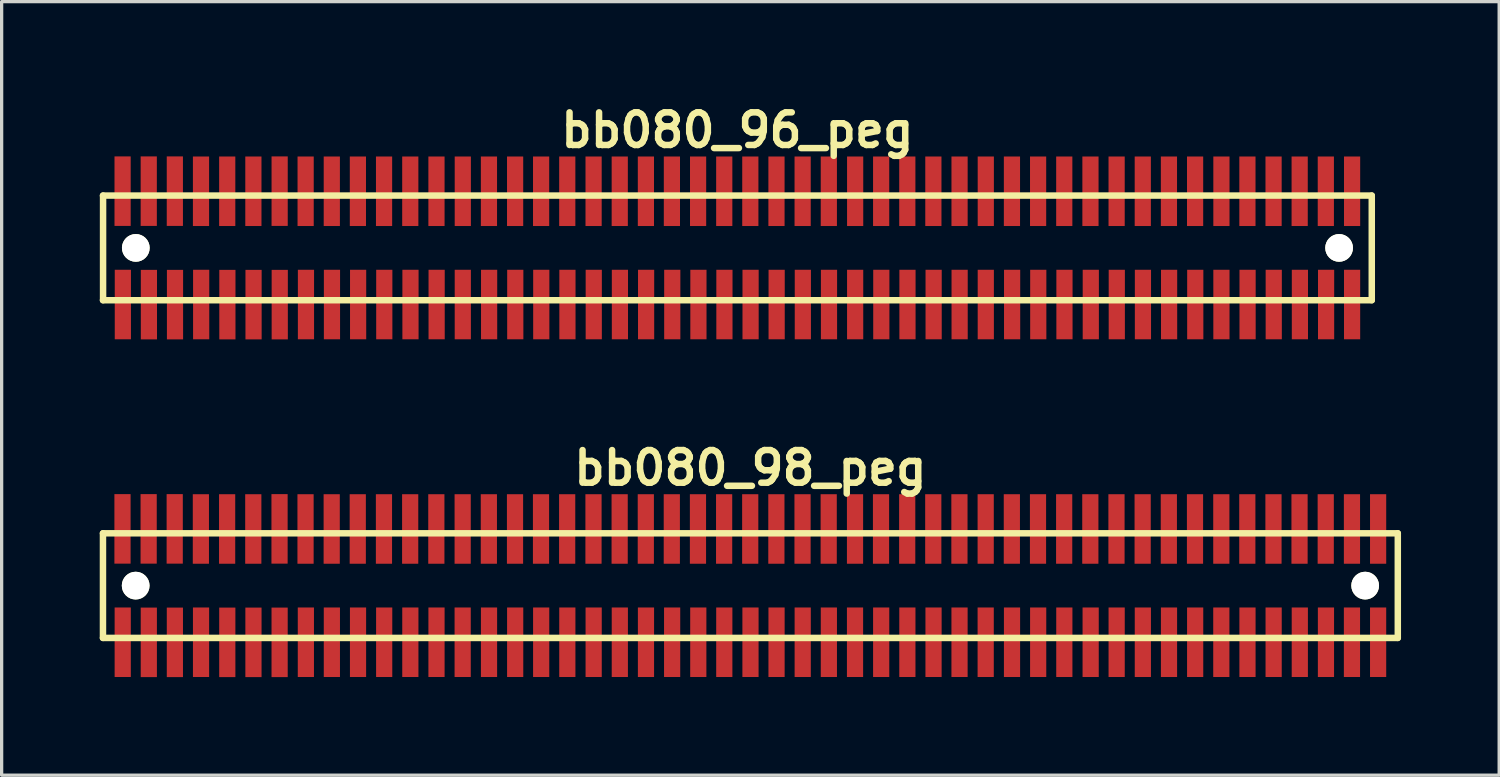
<source format=kicad_pcb>
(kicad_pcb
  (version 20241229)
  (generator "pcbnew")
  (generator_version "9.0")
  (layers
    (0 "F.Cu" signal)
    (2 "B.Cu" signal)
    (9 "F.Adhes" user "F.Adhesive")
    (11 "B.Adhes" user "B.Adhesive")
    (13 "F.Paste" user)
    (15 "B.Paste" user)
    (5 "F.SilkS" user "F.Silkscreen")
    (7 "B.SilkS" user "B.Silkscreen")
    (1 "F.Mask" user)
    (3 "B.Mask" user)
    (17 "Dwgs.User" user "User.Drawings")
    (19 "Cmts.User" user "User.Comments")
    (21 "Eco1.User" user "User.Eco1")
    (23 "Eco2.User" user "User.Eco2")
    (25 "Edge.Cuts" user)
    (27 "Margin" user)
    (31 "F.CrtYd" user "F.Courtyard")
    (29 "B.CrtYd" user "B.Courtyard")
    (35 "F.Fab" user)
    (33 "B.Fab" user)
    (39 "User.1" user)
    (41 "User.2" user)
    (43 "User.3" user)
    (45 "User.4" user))
  (footprint "bb080_96_peg"
    (layer "F.Cu")
    (at 19.5 4.531)
    (property "Reference" "bb080_96_peg" (at 0 -3.599 0) (layer "F.SilkS") (effects (font (size 0.998 0.998) (thickness 0.198))))
    (attr through_hole)
    (fp_line (start -19.401 -1.6) (end 19.401 -1.6) (stroke (width 0.198) (type solid)) (layer "F.SilkS"))
    (fp_line (start -19.398 -1.6) (end -19.398 1.6) (stroke (width 0.198) (type solid)) (layer "F.SilkS"))
    (fp_line (start 19.401 1.6) (end -19.401 1.6) (stroke (width 0.198) (type solid)) (layer "F.SilkS"))
    (fp_line (start 19.401 1.6) (end 19.401 -1.6) (stroke (width 0.198) (type solid)) (layer "F.SilkS"))
    (pad "" np_thru_hole circle (at -18.397 0) (size 0.848 0.848) (drill 0.848) (layers "*.Cu" "*.Mask" "F.SilkS"))
    (pad "" np_thru_hole circle (at 18.402 0) (size 0.848 0.848) (drill 0.848) (layers "*.Cu" "*.Mask" "F.SilkS"))
    (pad "1" smd rect (at -18.793 1.732) (size 0.495 2.126) (layers "F.Cu" "F.Mask" "F.Paste"))
    (pad "2" smd rect (at -18.801 -1.735) (size 0.495 2.126) (layers "F.Cu" "F.Mask" "F.Paste"))
    (pad "3" smd rect (at -17.996 1.735) (size 0.495 2.126) (layers "F.Cu" "F.Mask" "F.Paste"))
    (pad "4" smd rect (at -18.001 -1.735) (size 0.495 2.126) (layers "F.Cu" "F.Mask" "F.Paste"))
    (pad "5" smd rect (at -17.198 1.735) (size 0.495 2.126) (layers "F.Cu" "F.Mask" "F.Paste"))
    (pad "6" smd rect (at -17.203 -1.735) (size 0.495 2.126) (layers "F.Cu" "F.Mask" "F.Paste"))
    (pad "7" smd rect (at -16.398 1.732) (size 0.495 2.126) (layers "F.Cu" "F.Mask" "F.Paste"))
    (pad "8" smd rect (at -16.403 -1.732) (size 0.495 2.126) (layers "F.Cu" "F.Mask" "F.Paste"))
    (pad "9" smd rect (at -15.596 1.735) (size 0.495 2.126) (layers "F.Cu" "F.Mask" "F.Paste"))
    (pad "10" smd rect (at -15.601 -1.732) (size 0.495 2.126) (layers "F.Cu" "F.Mask" "F.Paste"))
    (pad "11" smd rect (at -14.796 1.735) (size 0.495 2.126) (layers "F.Cu" "F.Mask" "F.Paste"))
    (pad "12" smd rect (at -14.801 -1.732) (size 0.495 2.126) (layers "F.Cu" "F.Mask" "F.Paste"))
    (pad "13" smd rect (at -13.995 1.735) (size 0.495 2.126) (layers "F.Cu" "F.Mask" "F.Paste"))
    (pad "14" smd rect (at -13.998 -1.735) (size 0.495 2.126) (layers "F.Cu" "F.Mask" "F.Paste"))
    (pad "15" smd rect (at -13.193 1.732) (size 0.495 2.126) (layers "F.Cu" "F.Mask" "F.Paste"))
    (pad "16" smd rect (at -13.203 -1.732) (size 0.495 2.126) (layers "F.Cu" "F.Mask" "F.Paste"))
    (pad "17" smd rect (at -12.398 1.732) (size 0.495 2.126) (layers "F.Cu" "F.Mask" "F.Paste"))
    (pad "18" smd rect (at -12.403 -1.732) (size 0.495 2.126) (layers "F.Cu" "F.Mask" "F.Paste"))
    (pad "19" smd rect (at -11.598 1.732) (size 0.495 2.126) (layers "F.Cu" "F.Mask" "F.Paste"))
    (pad "20" smd rect (at -11.605 -1.732) (size 0.495 2.126) (layers "F.Cu" "F.Mask" "F.Paste"))
    (pad "21" smd rect (at -10.798 1.732) (size 0.495 2.126) (layers "F.Cu" "F.Mask" "F.Paste"))
    (pad "22" smd rect (at -10.805 -1.732) (size 0.495 2.126) (layers "F.Cu" "F.Mask" "F.Paste"))
    (pad "23" smd rect (at -9.997 1.732) (size 0.495 2.126) (layers "F.Cu" "F.Mask" "F.Paste"))
    (pad "24" smd rect (at -10.003 -1.732) (size 0.495 2.126) (layers "F.Cu" "F.Mask" "F.Paste"))
    (pad "25" smd rect (at -9.197 1.732) (size 0.495 2.126) (layers "F.Cu" "F.Mask" "F.Paste"))
    (pad "26" smd rect (at -9.202 -1.732) (size 0.495 2.126) (layers "F.Cu" "F.Mask" "F.Paste"))
    (pad "27" smd rect (at -8.397 1.732) (size 0.495 2.126) (layers "F.Cu" "F.Mask" "F.Paste"))
    (pad "28" smd rect (at -8.397 -1.732) (size 0.495 2.126) (layers "F.Cu" "F.Mask" "F.Paste"))
    (pad "29" smd rect (at -7.592 1.732) (size 0.495 2.126) (layers "F.Cu" "F.Mask" "F.Paste"))
    (pad "30" smd rect (at -7.597 -1.732) (size 0.495 2.126) (layers "F.Cu" "F.Mask" "F.Paste"))
    (pad "31" smd rect (at -6.792 1.732) (size 0.495 2.126) (layers "F.Cu" "F.Mask" "F.Paste"))
    (pad "32" smd rect (at -6.797 -1.732) (size 0.495 2.126) (layers "F.Cu" "F.Mask" "F.Paste"))
    (pad "33" smd rect (at -5.997 1.732) (size 0.495 2.126) (layers "F.Cu" "F.Mask" "F.Paste"))
    (pad "34" smd rect (at -6.002 -1.732) (size 0.495 2.126) (layers "F.Cu" "F.Mask" "F.Paste"))
    (pad "35" smd rect (at -5.197 1.732) (size 0.495 2.126) (layers "F.Cu" "F.Mask" "F.Paste"))
    (pad "36" smd rect (at -5.202 -1.732) (size 0.495 2.126) (layers "F.Cu" "F.Mask" "F.Paste"))
    (pad "37" smd rect (at -4.392 1.732) (size 0.495 2.126) (layers "F.Cu" "F.Mask" "F.Paste"))
    (pad "38" smd rect (at -4.397 -1.732) (size 0.495 2.126) (layers "F.Cu" "F.Mask" "F.Paste"))
    (pad "39" smd rect (at -3.592 1.732) (size 0.495 2.126) (layers "F.Cu" "F.Mask" "F.Paste"))
    (pad "40" smd rect (at -3.597 -1.732) (size 0.495 2.126) (layers "F.Cu" "F.Mask" "F.Paste"))
    (pad "41" smd rect (at -2.791 1.732) (size 0.495 2.126) (layers "F.Cu" "F.Mask" "F.Paste"))
    (pad "42" smd rect (at -2.797 -1.732) (size 0.495 2.126) (layers "F.Cu" "F.Mask" "F.Paste"))
    (pad "43" smd rect (at -1.991 1.732) (size 0.495 2.126) (layers "F.Cu" "F.Mask" "F.Paste"))
    (pad "44" smd rect (at -2.002 -1.732) (size 0.495 2.126) (layers "F.Cu" "F.Mask" "F.Paste"))
    (pad "45" smd rect (at -1.191 1.732) (size 0.495 2.126) (layers "F.Cu" "F.Mask" "F.Paste"))
    (pad "46" smd rect (at -1.201 -1.732) (size 0.495 2.126) (layers "F.Cu" "F.Mask" "F.Paste"))
    (pad "47" smd rect (at -0.396 1.732) (size 0.495 2.126) (layers "F.Cu" "F.Mask" "F.Paste"))
    (pad "48" smd rect (at -0.401 -1.732) (size 0.495 2.126) (layers "F.Cu" "F.Mask" "F.Paste"))
    (pad "49" smd rect (at 0.404 1.732) (size 0.495 2.126) (layers "F.Cu" "F.Mask" "F.Paste"))
    (pad "50" smd rect (at 0.396 -1.732) (size 0.495 2.126) (layers "F.Cu" "F.Mask" "F.Paste"))
    (pad "51" smd rect (at 1.201 1.732) (size 0.495 2.126) (layers "F.Cu" "F.Mask" "F.Paste"))
    (pad "52" smd rect (at 1.196 -1.732) (size 0.495 2.126) (layers "F.Cu" "F.Mask" "F.Paste"))
    (pad "53" smd rect (at 2.002 1.732) (size 0.495 2.126) (layers "F.Cu" "F.Mask" "F.Paste"))
    (pad "54" smd rect (at 1.996 -1.732) (size 0.495 2.126) (layers "F.Cu" "F.Mask" "F.Paste"))
    (pad "55" smd rect (at 2.802 1.732) (size 0.495 2.126) (layers "F.Cu" "F.Mask" "F.Paste"))
    (pad "56" smd rect (at 2.797 -1.732) (size 0.495 2.126) (layers "F.Cu" "F.Mask" "F.Paste"))
    (pad "57" smd rect (at 3.602 1.732) (size 0.495 2.126) (layers "F.Cu" "F.Mask" "F.Paste"))
    (pad "58" smd rect (at 3.602 -1.732) (size 0.495 2.126) (layers "F.Cu" "F.Mask" "F.Paste"))
    (pad "59" smd rect (at 4.402 1.732) (size 0.495 2.126) (layers "F.Cu" "F.Mask" "F.Paste"))
    (pad "60" smd rect (at 4.397 -1.732) (size 0.495 2.126) (layers "F.Cu" "F.Mask" "F.Paste"))
    (pad "61" smd rect (at 5.202 1.732) (size 0.495 2.126) (layers "F.Cu" "F.Mask" "F.Paste"))
    (pad "62" smd rect (at 5.197 -1.732) (size 0.495 2.126) (layers "F.Cu" "F.Mask" "F.Paste"))
    (pad "63" smd rect (at 6.002 1.732) (size 0.495 2.126) (layers "F.Cu" "F.Mask" "F.Paste"))
    (pad "64" smd rect (at 5.994 -1.732) (size 0.495 2.126) (layers "F.Cu" "F.Mask" "F.Paste"))
    (pad "65" smd rect (at 6.797 1.732) (size 0.495 2.126) (layers "F.Cu" "F.Mask" "F.Paste"))
    (pad "66" smd rect (at 6.795 -1.732) (size 0.495 2.126) (layers "F.Cu" "F.Mask" "F.Paste"))
    (pad "67" smd rect (at 7.597 1.732) (size 0.495 2.126) (layers "F.Cu" "F.Mask" "F.Paste"))
    (pad "68" smd rect (at 7.597 -1.732) (size 0.495 2.126) (layers "F.Cu" "F.Mask" "F.Paste"))
    (pad "69" smd rect (at 8.402 1.732) (size 0.495 2.126) (layers "F.Cu" "F.Mask" "F.Paste"))
    (pad "70" smd rect (at 8.397 -1.732) (size 0.495 2.126) (layers "F.Cu" "F.Mask" "F.Paste"))
    (pad "71" smd rect (at 9.202 1.732) (size 0.495 2.126) (layers "F.Cu" "F.Mask" "F.Paste"))
    (pad "72" smd rect (at 9.197 -1.732) (size 0.495 2.126) (layers "F.Cu" "F.Mask" "F.Paste"))
    (pad "73" smd rect (at 10.003 1.732) (size 0.495 2.126) (layers "F.Cu" "F.Mask" "F.Paste"))
    (pad "74" smd rect (at 9.997 -1.732) (size 0.495 2.126) (layers "F.Cu" "F.Mask" "F.Paste"))
    (pad "75" smd rect (at 10.808 1.732) (size 0.495 2.126) (layers "F.Cu" "F.Mask" "F.Paste"))
    (pad "76" smd rect (at 10.798 -1.732) (size 0.495 2.126) (layers "F.Cu" "F.Mask" "F.Paste"))
    (pad "77" smd rect (at 11.603 1.732) (size 0.495 2.126) (layers "F.Cu" "F.Mask" "F.Paste"))
    (pad "78" smd rect (at 11.598 -1.732) (size 0.495 2.126) (layers "F.Cu" "F.Mask" "F.Paste"))
    (pad "79" smd rect (at 12.403 1.732) (size 0.495 2.126) (layers "F.Cu" "F.Mask" "F.Paste"))
    (pad "80" smd rect (at 12.398 -1.732) (size 0.495 2.126) (layers "F.Cu" "F.Mask" "F.Paste"))
    (pad "81" smd rect (at 13.203 1.732) (size 0.495 2.126) (layers "F.Cu" "F.Mask" "F.Paste"))
    (pad "82" smd rect (at 13.198 -1.732) (size 0.495 2.126) (layers "F.Cu" "F.Mask" "F.Paste"))
    (pad "83" smd rect (at 14.003 1.732) (size 0.495 2.126) (layers "F.Cu" "F.Mask" "F.Paste"))
    (pad "84" smd rect (at 13.998 -1.732) (size 0.495 2.126) (layers "F.Cu" "F.Mask" "F.Paste"))
    (pad "85" smd rect (at 14.803 1.732) (size 0.495 2.126) (layers "F.Cu" "F.Mask" "F.Paste"))
    (pad "86" smd rect (at 14.803 -1.732) (size 0.495 2.126) (layers "F.Cu" "F.Mask" "F.Paste"))
    (pad "87" smd rect (at 15.603 1.732) (size 0.495 2.126) (layers "F.Cu" "F.Mask" "F.Paste"))
    (pad "88" smd rect (at 15.598 -1.732) (size 0.495 2.126) (layers "F.Cu" "F.Mask" "F.Paste"))
    (pad "89" smd rect (at 16.403 1.732) (size 0.495 2.126) (layers "F.Cu" "F.Mask" "F.Paste"))
    (pad "90" smd rect (at 16.398 -1.732) (size 0.495 2.126) (layers "F.Cu" "F.Mask" "F.Paste"))
    (pad "91" smd rect (at 17.203 1.732) (size 0.495 2.126) (layers "F.Cu" "F.Mask" "F.Paste"))
    (pad "92" smd rect (at 17.196 -1.732) (size 0.495 2.126) (layers "F.Cu" "F.Mask" "F.Paste"))
    (pad "93" smd rect (at 18.004 1.732) (size 0.495 2.126) (layers "F.Cu" "F.Mask" "F.Paste"))
    (pad "94" smd rect (at 17.996 -1.732) (size 0.495 2.126) (layers "F.Cu" "F.Mask" "F.Paste"))
    (pad "95" smd rect (at 18.799 1.732) (size 0.495 2.126) (layers "F.Cu" "F.Mask" "F.Paste"))
    (pad "96" smd rect (at 18.799 -1.732) (size 0.495 2.126) (layers "F.Cu" "F.Mask" "F.Paste")))
  (footprint "bb080_98_peg"
    (layer "F.Cu")
    (at 19.898 14.859)
    (property "Reference" "bb080_98_peg" (at 0 -3.599 0) (layer "F.SilkS") (effects (font (size 0.998 0.998) (thickness 0.198))))
    (attr through_hole)
    (fp_line (start -19.799 -1.6) (end -19.799 1.6) (stroke (width 0.198) (type solid)) (layer "F.SilkS"))
    (fp_line (start -19.799 1.6) (end 19.799 1.6) (stroke (width 0.198) (type solid)) (layer "F.SilkS"))
    (fp_line (start 19.799 -1.6) (end -19.799 -1.6) (stroke (width 0.198) (type solid)) (layer "F.SilkS"))
    (fp_line (start 19.799 1.6) (end 19.799 -1.6) (stroke (width 0.198) (type solid)) (layer "F.SilkS"))
    (pad "" np_thru_hole circle (at -18.799 0) (size 0.848 0.848) (drill 0.848) (layers "*.Cu" "*.Mask" "F.SilkS"))
    (pad "" np_thru_hole circle (at 18.801 0) (size 0.848 0.848) (drill 0.848) (layers "*.Cu" "*.Mask" "F.SilkS"))
    (pad "1" smd rect (at -19.195 1.732) (size 0.495 2.126) (layers "F.Cu" "F.Mask" "F.Paste"))
    (pad "2" smd rect (at -19.202 -1.735) (size 0.495 2.126) (layers "F.Cu" "F.Mask" "F.Paste"))
    (pad "3" smd rect (at -18.397 1.735) (size 0.495 2.126) (layers "F.Cu" "F.Mask" "F.Paste"))
    (pad "4" smd rect (at -18.402 -1.735) (size 0.495 2.126) (layers "F.Cu" "F.Mask" "F.Paste"))
    (pad "5" smd rect (at -17.6 1.735) (size 0.495 2.126) (layers "F.Cu" "F.Mask" "F.Paste"))
    (pad "6" smd rect (at -17.605 -1.735) (size 0.495 2.126) (layers "F.Cu" "F.Mask" "F.Paste"))
    (pad "7" smd rect (at -16.8 1.732) (size 0.495 2.126) (layers "F.Cu" "F.Mask" "F.Paste"))
    (pad "8" smd rect (at -16.805 -1.732) (size 0.495 2.126) (layers "F.Cu" "F.Mask" "F.Paste"))
    (pad "9" smd rect (at -15.997 1.735) (size 0.495 2.126) (layers "F.Cu" "F.Mask" "F.Paste"))
    (pad "10" smd rect (at -16.002 -1.732) (size 0.495 2.126) (layers "F.Cu" "F.Mask" "F.Paste"))
    (pad "11" smd rect (at -15.197 1.735) (size 0.495 2.126) (layers "F.Cu" "F.Mask" "F.Paste"))
    (pad "12" smd rect (at -15.202 -1.732) (size 0.495 2.126) (layers "F.Cu" "F.Mask" "F.Paste"))
    (pad "13" smd rect (at -14.397 1.735) (size 0.495 2.126) (layers "F.Cu" "F.Mask" "F.Paste"))
    (pad "14" smd rect (at -14.399 -1.735) (size 0.495 2.126) (layers "F.Cu" "F.Mask" "F.Paste"))
    (pad "15" smd rect (at -13.594 1.732) (size 0.495 2.126) (layers "F.Cu" "F.Mask" "F.Paste"))
    (pad "16" smd rect (at -13.604 -1.732) (size 0.495 2.126) (layers "F.Cu" "F.Mask" "F.Paste"))
    (pad "17" smd rect (at -12.799 1.732) (size 0.495 2.126) (layers "F.Cu" "F.Mask" "F.Paste"))
    (pad "18" smd rect (at -12.804 -1.732) (size 0.495 2.126) (layers "F.Cu" "F.Mask" "F.Paste"))
    (pad "19" smd rect (at -11.999 1.732) (size 0.495 2.126) (layers "F.Cu" "F.Mask" "F.Paste"))
    (pad "20" smd rect (at -12.007 -1.732) (size 0.495 2.126) (layers "F.Cu" "F.Mask" "F.Paste"))
    (pad "21" smd rect (at -11.199 1.732) (size 0.495 2.126) (layers "F.Cu" "F.Mask" "F.Paste"))
    (pad "22" smd rect (at -11.206 -1.732) (size 0.495 2.126) (layers "F.Cu" "F.Mask" "F.Paste"))
    (pad "23" smd rect (at -10.399 1.732) (size 0.495 2.126) (layers "F.Cu" "F.Mask" "F.Paste"))
    (pad "24" smd rect (at -10.404 -1.732) (size 0.495 2.126) (layers "F.Cu" "F.Mask" "F.Paste"))
    (pad "25" smd rect (at -9.599 1.732) (size 0.495 2.126) (layers "F.Cu" "F.Mask" "F.Paste"))
    (pad "26" smd rect (at -9.604 -1.732) (size 0.495 2.126) (layers "F.Cu" "F.Mask" "F.Paste"))
    (pad "27" smd rect (at -8.799 1.732) (size 0.495 2.126) (layers "F.Cu" "F.Mask" "F.Paste"))
    (pad "28" smd rect (at -8.799 -1.732) (size 0.495 2.126) (layers "F.Cu" "F.Mask" "F.Paste"))
    (pad "29" smd rect (at -7.993 1.732) (size 0.495 2.126) (layers "F.Cu" "F.Mask" "F.Paste"))
    (pad "30" smd rect (at -7.998 -1.732) (size 0.495 2.126) (layers "F.Cu" "F.Mask" "F.Paste"))
    (pad "31" smd rect (at -7.193 1.732) (size 0.495 2.126) (layers "F.Cu" "F.Mask" "F.Paste"))
    (pad "32" smd rect (at -7.198 -1.732) (size 0.495 2.126) (layers "F.Cu" "F.Mask" "F.Paste"))
    (pad "33" smd rect (at -6.398 1.732) (size 0.495 2.126) (layers "F.Cu" "F.Mask" "F.Paste"))
    (pad "34" smd rect (at -6.403 -1.732) (size 0.495 2.126) (layers "F.Cu" "F.Mask" "F.Paste"))
    (pad "35" smd rect (at -5.598 1.732) (size 0.495 2.126) (layers "F.Cu" "F.Mask" "F.Paste"))
    (pad "36" smd rect (at -5.603 -1.732) (size 0.495 2.126) (layers "F.Cu" "F.Mask" "F.Paste"))
    (pad "37" smd rect (at -4.793 1.732) (size 0.495 2.126) (layers "F.Cu" "F.Mask" "F.Paste"))
    (pad "38" smd rect (at -4.798 -1.732) (size 0.495 2.126) (layers "F.Cu" "F.Mask" "F.Paste"))
    (pad "39" smd rect (at -3.993 1.732) (size 0.495 2.126) (layers "F.Cu" "F.Mask" "F.Paste"))
    (pad "40" smd rect (at -3.998 -1.732) (size 0.495 2.126) (layers "F.Cu" "F.Mask" "F.Paste"))
    (pad "41" smd rect (at -3.193 1.732) (size 0.495 2.126) (layers "F.Cu" "F.Mask" "F.Paste"))
    (pad "42" smd rect (at -3.198 -1.732) (size 0.495 2.126) (layers "F.Cu" "F.Mask" "F.Paste"))
    (pad "43" smd rect (at -2.393 1.732) (size 0.495 2.126) (layers "F.Cu" "F.Mask" "F.Paste"))
    (pad "44" smd rect (at -2.403 -1.732) (size 0.495 2.126) (layers "F.Cu" "F.Mask" "F.Paste"))
    (pad "45" smd rect (at -1.593 1.732) (size 0.495 2.126) (layers "F.Cu" "F.Mask" "F.Paste"))
    (pad "46" smd rect (at -1.603 -1.732) (size 0.495 2.126) (layers "F.Cu" "F.Mask" "F.Paste"))
    (pad "47" smd rect (at -0.798 1.732) (size 0.495 2.126) (layers "F.Cu" "F.Mask" "F.Paste"))
    (pad "48" smd rect (at -0.803 -1.732) (size 0.495 2.126) (layers "F.Cu" "F.Mask" "F.Paste"))
    (pad "49" smd rect (at 0.003 1.732) (size 0.495 2.126) (layers "F.Cu" "F.Mask" "F.Paste"))
    (pad "50" smd rect (at -0.005 -1.732) (size 0.495 2.126) (layers "F.Cu" "F.Mask" "F.Paste"))
    (pad "51" smd rect (at 0.8 1.732) (size 0.495 2.126) (layers "F.Cu" "F.Mask" "F.Paste"))
    (pad "52" smd rect (at 0.795 -1.732) (size 0.495 2.126) (layers "F.Cu" "F.Mask" "F.Paste"))
    (pad "53" smd rect (at 1.6 1.732) (size 0.495 2.126) (layers "F.Cu" "F.Mask" "F.Paste"))
    (pad "54" smd rect (at 1.595 -1.732) (size 0.495 2.126) (layers "F.Cu" "F.Mask" "F.Paste"))
    (pad "55" smd rect (at 2.4 1.732) (size 0.495 2.126) (layers "F.Cu" "F.Mask" "F.Paste"))
    (pad "56" smd rect (at 2.395 -1.732) (size 0.495 2.126) (layers "F.Cu" "F.Mask" "F.Paste"))
    (pad "57" smd rect (at 3.2 1.732) (size 0.495 2.126) (layers "F.Cu" "F.Mask" "F.Paste"))
    (pad "58" smd rect (at 3.2 -1.732) (size 0.495 2.126) (layers "F.Cu" "F.Mask" "F.Paste"))
    (pad "59" smd rect (at 4 1.732) (size 0.495 2.126) (layers "F.Cu" "F.Mask" "F.Paste"))
    (pad "60" smd rect (at 3.995 -1.732) (size 0.495 2.126) (layers "F.Cu" "F.Mask" "F.Paste"))
    (pad "61" smd rect (at 4.801 1.732) (size 0.495 2.126) (layers "F.Cu" "F.Mask" "F.Paste"))
    (pad "62" smd rect (at 4.796 -1.732) (size 0.495 2.126) (layers "F.Cu" "F.Mask" "F.Paste"))
    (pad "63" smd rect (at 5.601 1.732) (size 0.495 2.126) (layers "F.Cu" "F.Mask" "F.Paste"))
    (pad "64" smd rect (at 5.593 -1.732) (size 0.495 2.126) (layers "F.Cu" "F.Mask" "F.Paste"))
    (pad "65" smd rect (at 6.396 1.732) (size 0.495 2.126) (layers "F.Cu" "F.Mask" "F.Paste"))
    (pad "66" smd rect (at 6.393 -1.732) (size 0.495 2.126) (layers "F.Cu" "F.Mask" "F.Paste"))
    (pad "67" smd rect (at 7.196 1.732) (size 0.495 2.126) (layers "F.Cu" "F.Mask" "F.Paste"))
    (pad "68" smd rect (at 7.196 -1.732) (size 0.495 2.126) (layers "F.Cu" "F.Mask" "F.Paste"))
    (pad "69" smd rect (at 8.001 1.732) (size 0.495 2.126) (layers "F.Cu" "F.Mask" "F.Paste"))
    (pad "70" smd rect (at 7.996 -1.732) (size 0.495 2.126) (layers "F.Cu" "F.Mask" "F.Paste"))
    (pad "71" smd rect (at 8.801 1.732) (size 0.495 2.126) (layers "F.Cu" "F.Mask" "F.Paste"))
    (pad "72" smd rect (at 8.796 -1.732) (size 0.495 2.126) (layers "F.Cu" "F.Mask" "F.Paste"))
    (pad "73" smd rect (at 9.601 1.732) (size 0.495 2.126) (layers "F.Cu" "F.Mask" "F.Paste"))
    (pad "74" smd rect (at 9.596 -1.732) (size 0.495 2.126) (layers "F.Cu" "F.Mask" "F.Paste"))
    (pad "75" smd rect (at 10.406 1.732) (size 0.495 2.126) (layers "F.Cu" "F.Mask" "F.Paste"))
    (pad "76" smd rect (at 10.396 -1.732) (size 0.495 2.126) (layers "F.Cu" "F.Mask" "F.Paste"))
    (pad "77" smd rect (at 11.201 1.732) (size 0.495 2.126) (layers "F.Cu" "F.Mask" "F.Paste"))
    (pad "78" smd rect (at 11.196 -1.732) (size 0.495 2.126) (layers "F.Cu" "F.Mask" "F.Paste"))
    (pad "79" smd rect (at 12.002 1.732) (size 0.495 2.126) (layers "F.Cu" "F.Mask" "F.Paste"))
    (pad "80" smd rect (at 11.996 -1.732) (size 0.495 2.126) (layers "F.Cu" "F.Mask" "F.Paste"))
    (pad "81" smd rect (at 12.802 1.732) (size 0.495 2.126) (layers "F.Cu" "F.Mask" "F.Paste"))
    (pad "82" smd rect (at 12.797 -1.732) (size 0.495 2.126) (layers "F.Cu" "F.Mask" "F.Paste"))
    (pad "83" smd rect (at 13.602 1.732) (size 0.495 2.126) (layers "F.Cu" "F.Mask" "F.Paste"))
    (pad "84" smd rect (at 13.597 -1.732) (size 0.495 2.126) (layers "F.Cu" "F.Mask" "F.Paste"))
    (pad "85" smd rect (at 14.402 1.732) (size 0.495 2.126) (layers "F.Cu" "F.Mask" "F.Paste"))
    (pad "86" smd rect (at 14.402 -1.732) (size 0.495 2.126) (layers "F.Cu" "F.Mask" "F.Paste"))
    (pad "87" smd rect (at 15.202 1.732) (size 0.495 2.126) (layers "F.Cu" "F.Mask" "F.Paste"))
    (pad "88" smd rect (at 15.197 -1.732) (size 0.495 2.126) (layers "F.Cu" "F.Mask" "F.Paste"))
    (pad "89" smd rect (at 16.002 1.732) (size 0.495 2.126) (layers "F.Cu" "F.Mask" "F.Paste"))
    (pad "90" smd rect (at 15.997 -1.732) (size 0.495 2.126) (layers "F.Cu" "F.Mask" "F.Paste"))
    (pad "91" smd rect (at 16.802 1.732) (size 0.495 2.126) (layers "F.Cu" "F.Mask" "F.Paste"))
    (pad "92" smd rect (at 16.794 -1.732) (size 0.495 2.126) (layers "F.Cu" "F.Mask" "F.Paste"))
    (pad "93" smd rect (at 17.602 1.732) (size 0.495 2.126) (layers "F.Cu" "F.Mask" "F.Paste"))
    (pad "94" smd rect (at 17.595 -1.732) (size 0.495 2.126) (layers "F.Cu" "F.Mask" "F.Paste"))
    (pad "95" smd rect (at 18.397 1.732) (size 0.495 2.126) (layers "F.Cu" "F.Mask" "F.Paste"))
    (pad "96" smd rect (at 18.397 -1.732) (size 0.495 2.126) (layers "F.Cu" "F.Mask" "F.Paste"))
    (pad "97" smd rect (at 19.197 1.732) (size 0.495 2.126) (layers "F.Cu" "F.Mask" "F.Paste"))
    (pad "98" smd rect (at 19.197 -1.732) (size 0.495 2.126) (layers "F.Cu" "F.Mask" "F.Paste")))
  (gr_rect
    (start -3 -3)
    (end 42.797 20.657)
    (stroke (width 0.1) (type default))
    (fill no)
    (layer "Edge.Cuts")))
</source>
